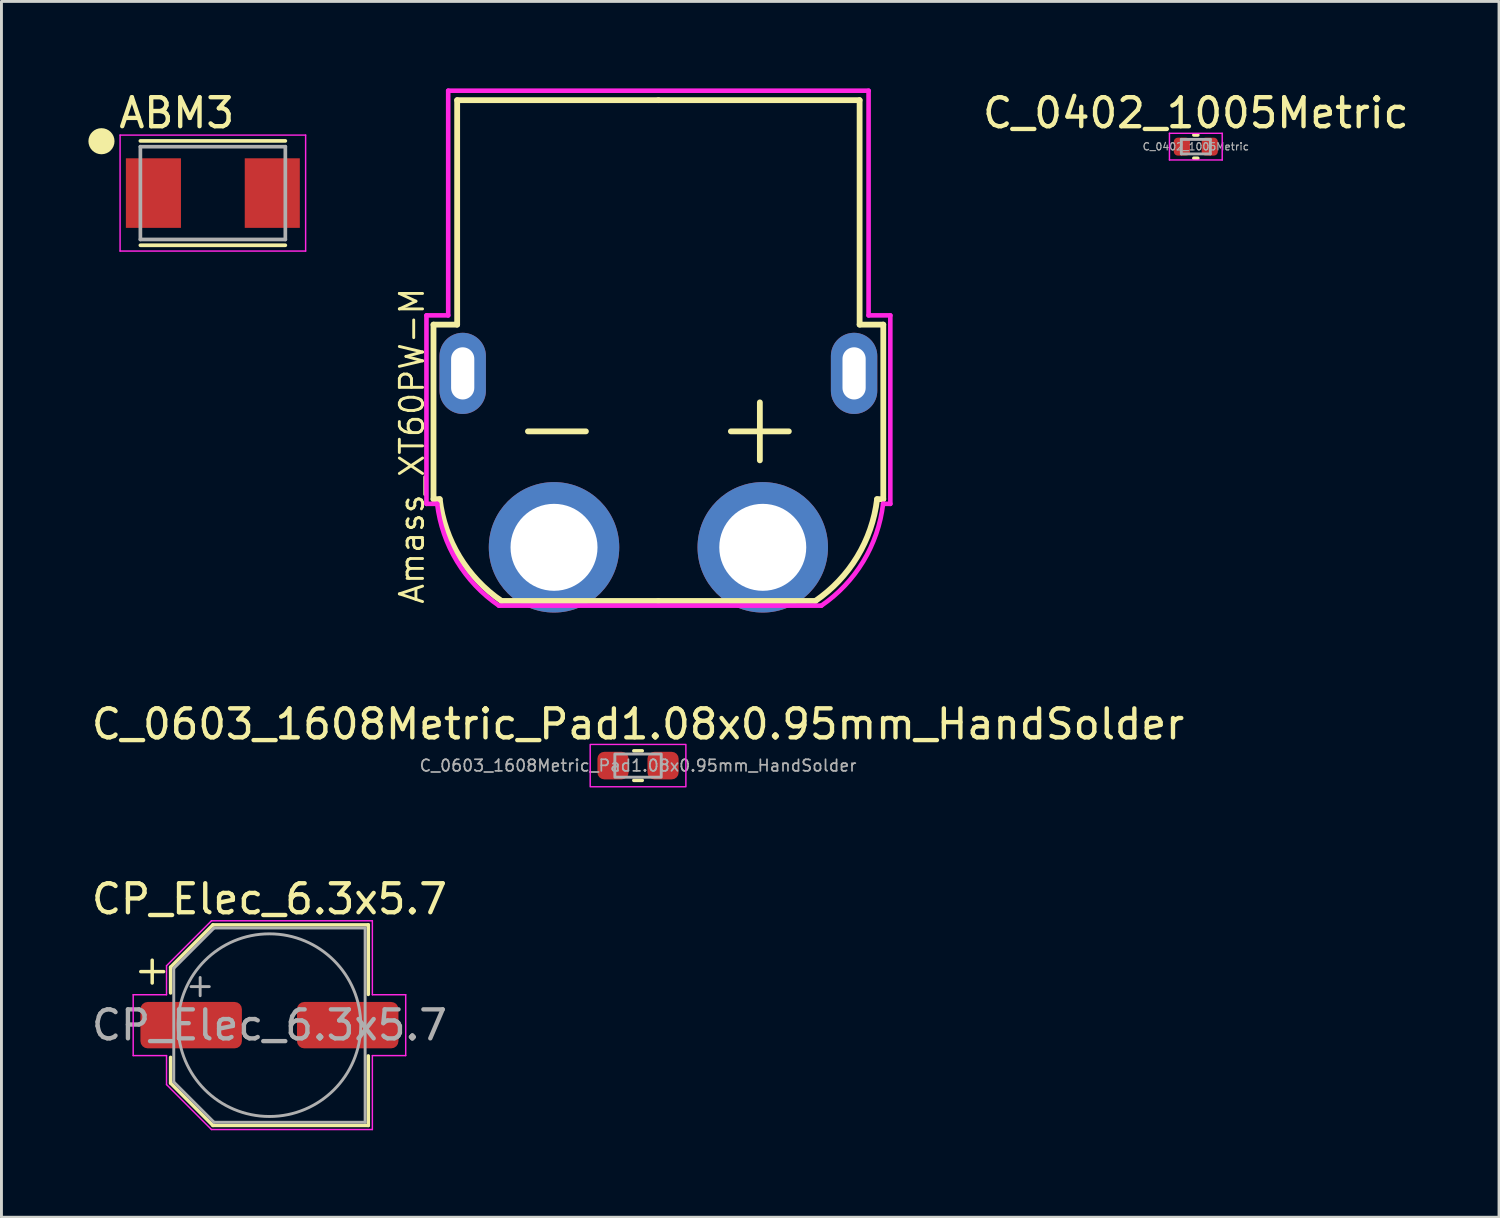
<source format=kicad_pcb>
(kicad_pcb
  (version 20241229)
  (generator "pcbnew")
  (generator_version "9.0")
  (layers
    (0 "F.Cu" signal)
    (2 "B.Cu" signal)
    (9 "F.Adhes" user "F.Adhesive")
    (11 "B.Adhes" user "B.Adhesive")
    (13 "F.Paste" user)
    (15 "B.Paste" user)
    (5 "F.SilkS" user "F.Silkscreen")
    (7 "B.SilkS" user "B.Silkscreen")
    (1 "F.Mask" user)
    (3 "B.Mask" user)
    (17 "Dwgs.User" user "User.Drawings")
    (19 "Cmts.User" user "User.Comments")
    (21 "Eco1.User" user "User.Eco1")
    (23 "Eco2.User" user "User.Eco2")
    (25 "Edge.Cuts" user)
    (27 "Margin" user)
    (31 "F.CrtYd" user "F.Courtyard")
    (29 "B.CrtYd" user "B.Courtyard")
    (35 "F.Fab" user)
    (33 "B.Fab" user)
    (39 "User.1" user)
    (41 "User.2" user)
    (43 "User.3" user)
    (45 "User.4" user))
  (footprint "CP_Elec_6.3x5.7"
    (layer "F.Cu")
    (at 6.244 32.311)
    (property "Reference" "CP_Elec_6.3x5.7" (at 0 -4.35 0) (layer "F.SilkS") (effects (font (size 1 1) (thickness 0.15))))
    (attr smd)
    (fp_line (start -4.438 -1.847) (end -3.65 -1.847) (stroke (width 0.12) (type solid)) (layer "F.SilkS"))
    (fp_line (start -4.044 -2.241) (end -4.044 -1.454) (stroke (width 0.12) (type solid)) (layer "F.SilkS"))
    (fp_line (start -3.41 -2) (end -3.41 -1.11) (stroke (width 0.12) (type solid)) (layer "F.SilkS"))
    (fp_line (start -3.41 -2) (end -1.95 -3.46) (stroke (width 0.12) (type solid)) (layer "F.SilkS"))
    (fp_line (start -3.41 2) (end -3.41 1.11) (stroke (width 0.12) (type solid)) (layer "F.SilkS"))
    (fp_line (start -1.95 -3.46) (end 3.41 -3.46) (stroke (width 0.12) (type solid)) (layer "F.SilkS"))
    (fp_line (start -1.95 3.46) (end -3.41 2) (stroke (width 0.12) (type solid)) (layer "F.SilkS"))
    (fp_line (start -1.95 3.46) (end 3.41 3.46) (stroke (width 0.12) (type solid)) (layer "F.SilkS"))
    (fp_line (start 3.41 -3.46) (end 3.41 -1.06) (stroke (width 0.12) (type solid)) (layer "F.SilkS"))
    (fp_line (start 3.41 3.46) (end 3.41 1.06) (stroke (width 0.12) (type solid)) (layer "F.SilkS"))
    (fp_line (start -4.7 -1.05) (end -4.7 1.05) (stroke (width 0.05) (type solid)) (layer "F.CrtYd"))
    (fp_line (start -4.7 1.05) (end -3.55 1.05) (stroke (width 0.05) (type solid)) (layer "F.CrtYd"))
    (fp_line (start -3.55 -2.05) (end -3.55 -1.05) (stroke (width 0.05) (type solid)) (layer "F.CrtYd"))
    (fp_line (start -3.55 -2.05) (end -2 -3.6) (stroke (width 0.05) (type solid)) (layer "F.CrtYd"))
    (fp_line (start -3.55 -1.05) (end -4.7 -1.05) (stroke (width 0.05) (type solid)) (layer "F.CrtYd"))
    (fp_line (start -3.55 1.05) (end -3.55 2.05) (stroke (width 0.05) (type solid)) (layer "F.CrtYd"))
    (fp_line (start -3.55 2.05) (end -2 3.6) (stroke (width 0.05) (type solid)) (layer "F.CrtYd"))
    (fp_line (start -2 -3.6) (end 3.55 -3.6) (stroke (width 0.05) (type solid)) (layer "F.CrtYd"))
    (fp_line (start -2 3.6) (end 3.55 3.6) (stroke (width 0.05) (type solid)) (layer "F.CrtYd"))
    (fp_line (start 3.55 -3.6) (end 3.55 -1.05) (stroke (width 0.05) (type solid)) (layer "F.CrtYd"))
    (fp_line (start 3.55 -1.05) (end 4.7 -1.05) (stroke (width 0.05) (type solid)) (layer "F.CrtYd"))
    (fp_line (start 3.55 1.05) (end 3.55 3.6) (stroke (width 0.05) (type solid)) (layer "F.CrtYd"))
    (fp_line (start 4.7 -1.05) (end 4.7 1.05) (stroke (width 0.05) (type solid)) (layer "F.CrtYd"))
    (fp_line (start 4.7 1.05) (end 3.55 1.05) (stroke (width 0.05) (type solid)) (layer "F.CrtYd"))
    (fp_line (start -3.3 -1.96) (end -3.3 1.96) (stroke (width 0.1) (type solid)) (layer "F.Fab"))
    (fp_line (start -3.3 -1.96) (end -1.91 -3.35) (stroke (width 0.1) (type solid)) (layer "F.Fab"))
    (fp_line (start -2.705 -1.33) (end -2.075 -1.33) (stroke (width 0.1) (type solid)) (layer "F.Fab"))
    (fp_line (start -2.39 -1.645) (end -2.39 -1.015) (stroke (width 0.1) (type solid)) (layer "F.Fab"))
    (fp_line (start -1.91 -3.35) (end 3.3 -3.35) (stroke (width 0.1) (type solid)) (layer "F.Fab"))
    (fp_line (start -1.91 3.35) (end -3.3 1.96) (stroke (width 0.1) (type solid)) (layer "F.Fab"))
    (fp_line (start -1.91 3.35) (end 3.3 3.35) (stroke (width 0.1) (type solid)) (layer "F.Fab"))
    (fp_line (start 3.3 -3.35) (end 3.3 3.35) (stroke (width 0.1) (type solid)) (layer "F.Fab"))
    (fp_circle (center 0 0) (end 3.15 0) (stroke (width 0.1) (type solid)) (fill no) (layer "F.Fab"))
    (fp_text user "${REFERENCE}" (at 0 0 0) (layer "F.Fab") (effects (font (size 1 1) (thickness 0.15))))
    (pad "1" smd roundrect (at -2.7 0) (size 3.5 1.6) (layers "F.Cu" "F.Mask" "F.Paste") (roundrect_rratio 0.156))
    (pad "2" smd roundrect (at 2.7 0) (size 3.5 1.6) (layers "F.Cu" "F.Mask" "F.Paste") (roundrect_rratio 0.156)))
  (footprint "C_0402_1005Metric"
    (layer "F.Cu")
    (at 38.198 2.008)
    (property "Reference" "C_0402_1005Metric" (at 0 -1.16 0) (layer "F.SilkS") (effects (font (size 1 1) (thickness 0.15))))
    (attr smd)
    (fp_line (start -0.07 -0.4) (end 0.07 -0.4) (stroke (width 0.12) (type solid)) (layer "F.SilkS"))
    (fp_line (start -0.07 0.4) (end 0.07 0.4) (stroke (width 0.12) (type solid)) (layer "F.SilkS"))
    (fp_line (start -0.91 -0.46) (end 0.91 -0.46) (stroke (width 0.05) (type solid)) (layer "F.CrtYd"))
    (fp_line (start -0.91 0.46) (end -0.91 -0.46) (stroke (width 0.05) (type solid)) (layer "F.CrtYd"))
    (fp_line (start 0.91 -0.46) (end 0.91 0.46) (stroke (width 0.05) (type solid)) (layer "F.CrtYd"))
    (fp_line (start 0.91 0.46) (end -0.91 0.46) (stroke (width 0.05) (type solid)) (layer "F.CrtYd"))
    (fp_line (start -0.5 -0.25) (end 0.5 -0.25) (stroke (width 0.1) (type solid)) (layer "F.Fab"))
    (fp_line (start -0.5 0.25) (end -0.5 -0.25) (stroke (width 0.1) (type solid)) (layer "F.Fab"))
    (fp_line (start 0.5 -0.25) (end 0.5 0.25) (stroke (width 0.1) (type solid)) (layer "F.Fab"))
    (fp_line (start 0.5 0.25) (end -0.5 0.25) (stroke (width 0.1) (type solid)) (layer "F.Fab"))
    (fp_text user "${REFERENCE}" (at 0 0 0) (layer "F.Fab") (effects (font (size 0.25 0.25) (thickness 0.04))))
    (pad "1" smd roundrect (at -0.48 0) (size 0.56 0.62) (layers "F.Cu" "F.Mask" "F.Paste") (roundrect_rratio 0.25))
    (pad "2" smd roundrect (at 0.48 0) (size 0.56 0.62) (layers "F.Cu" "F.Mask" "F.Paste") (roundrect_rratio 0.25)))
  (footprint "Amass_XT60PW-M"
    (layer "F.Cu")
    (at 19.66 15.829)
    (property "Reference" "Amass_XT60PW-M" (at -8.5 -3.5 90) (layer "F.SilkS") (effects (font (size 0.8 0.8) (thickness 0.1))))
    (attr through_hole)
    (fp_line (start -7.757 -7.682) (end -7.757 -1.662) (stroke (width 0.2) (type solid)) (layer "F.SilkS"))
    (fp_line (start -7.757 -1.662) (end -7.543 -1.662) (stroke (width 0.2) (type solid)) (layer "F.SilkS"))
    (fp_line (start -6.941 -15.424) (end -6.941 -7.682) (stroke (width 0.2) (type solid)) (layer "F.SilkS"))
    (fp_line (start -6.941 -15.424) (end 0 -15.424) (stroke (width 0.2) (type solid)) (layer "F.SilkS"))
    (fp_line (start -6.941 -7.682) (end -7.757 -7.682) (stroke (width 0.2) (type solid)) (layer "F.SilkS"))
    (fp_line (start -5.413 1.85) (end 0 1.85) (stroke (width 0.2) (type solid)) (layer "F.SilkS"))
    (fp_line (start -4.5 -4) (end -2.5 -4) (stroke (width 0.2) (type solid)) (layer "F.SilkS"))
    (fp_line (start 2.5 -4) (end 4.5 -4) (stroke (width 0.2) (type solid)) (layer "F.SilkS"))
    (fp_line (start 3.5 -5) (end 3.5 -3) (stroke (width 0.2) (type solid)) (layer "F.SilkS"))
    (fp_line (start 5.413 1.85) (end 0 1.85) (stroke (width 0.2) (type solid)) (layer "F.SilkS"))
    (fp_line (start 6.941 -15.424) (end 0 -15.424) (stroke (width 0.2) (type solid)) (layer "F.SilkS"))
    (fp_line (start 6.941 -15.424) (end 6.941 -7.682) (stroke (width 0.2) (type solid)) (layer "F.SilkS"))
    (fp_line (start 6.941 -7.682) (end 7.757 -7.682) (stroke (width 0.2) (type solid)) (layer "F.SilkS"))
    (fp_line (start 7.757 -7.682) (end 7.757 -1.662) (stroke (width 0.2) (type solid)) (layer "F.SilkS"))
    (fp_line (start 7.757 -1.662) (end 7.543 -1.662) (stroke (width 0.2) (type solid)) (layer "F.SilkS"))
    (fp_arc (start -5.413054 1.85) (mid -6.858863 0.324953) (end -7.543269 -1.661935) (stroke (width 0.2) (type solid)) (layer "F.SilkS"))
    (fp_arc (start 7.543269 -1.661935) (mid 6.858863 0.324952) (end 5.413054 1.85) (stroke (width 0.2) (type solid)) (layer "F.SilkS"))
    (fp_line (start -8 -8) (end -7.25 -8) (stroke (width 0.159) (type solid)) (layer "F.CrtYd"))
    (fp_line (start -8 -1.5) (end -8 -8) (stroke (width 0.159) (type solid)) (layer "F.CrtYd"))
    (fp_line (start -8 -1.5) (end -7.63 -1.5) (stroke (width 0.159) (type solid)) (layer "F.CrtYd"))
    (fp_line (start -7.25 -15.75) (end -7.25 -8) (stroke (width 0.159) (type solid)) (layer "F.CrtYd"))
    (fp_line (start 5.62 2.012) (end -5.5 2.012) (stroke (width 0.159) (type solid)) (layer "F.CrtYd"))
    (fp_line (start 7.25 -15.75) (end -7.25 -15.75) (stroke (width 0.159) (type solid)) (layer "F.CrtYd"))
    (fp_line (start 7.25 -15.75) (end 7.25 -8) (stroke (width 0.159) (type solid)) (layer "F.CrtYd"))
    (fp_line (start 8 -8) (end 7.25 -8) (stroke (width 0.159) (type solid)) (layer "F.CrtYd"))
    (fp_line (start 8 -1.5) (end 7.75 -1.5) (stroke (width 0.159) (type solid)) (layer "F.CrtYd"))
    (fp_line (start 8 -1.5) (end 8 -8) (stroke (width 0.159) (type solid)) (layer "F.CrtYd"))
    (fp_arc (start -5.5 2.011935) (mid -6.945808 0.486887) (end -7.630215 -1.5) (stroke (width 0.159) (type solid)) (layer "F.CrtYd"))
    (fp_arc (start 7.75 -1.5) (mid 7.065593 0.486887) (end 5.619785 2.011935) (stroke (width 0.159) (type solid)) (layer "F.CrtYd"))
    (pad "" thru_hole oval (at -6.75 -6) (size 1.6 2.8) (drill oval 0.8 1.8) (layers "*.Cu" "*.Mask"))
    (pad "" thru_hole oval (at 6.75 -6) (size 1.6 2.8) (drill oval 0.8 1.8) (layers "*.Cu" "*.Mask"))
    (pad "1" thru_hole circle (at -3.6 0) (size 4.5 4.5) (drill 3) (layers "*.Cu" "*.Mask"))
    (pad "2" thru_hole circle (at 3.6 0) (size 4.5 4.5) (drill 3) (layers "*.Cu" "*.Mask")))
  (footprint "C_0603_1608Metric_Pad1.08x0.95mm_HandSolder"
    (layer "F.Cu")
    (at 18.958 23.358)
    (property "Reference" "C_0603_1608Metric_Pad1.08x0.95mm_HandSolder" (at 0 -1.43 0) (layer "F.SilkS") (effects (font (size 1 1) (thickness 0.15))))
    (attr smd)
    (fp_line (start -0.146 -0.51) (end 0.146 -0.51) (stroke (width 0.12) (type solid)) (layer "F.SilkS"))
    (fp_line (start -0.146 0.51) (end 0.146 0.51) (stroke (width 0.12) (type solid)) (layer "F.SilkS"))
    (fp_rect (start -1.65 -0.73) (end 1.65 0.73) (stroke (width 0.05) (type solid)) (fill no) (layer "F.CrtYd"))
    (fp_rect (start -0.8 -0.4) (end 0.8 0.4) (stroke (width 0.1) (type solid)) (fill no) (layer "F.Fab"))
    (fp_text user "${REFERENCE}" (at 0 0 0) (layer "F.Fab") (effects (font (size 0.4 0.4) (thickness 0.06))))
    (pad "1" smd roundrect (at -0.863 0) (size 1.075 0.95) (layers "F.Cu" "F.Mask" "F.Paste") (roundrect_rratio 0.25))
    (pad "2" smd roundrect (at 0.863 0) (size 1.075 0.95) (layers "F.Cu" "F.Mask" "F.Paste") (roundrect_rratio 0.25)))
  (footprint "ABM3"
    (layer "F.Cu")
    (at 4.292 3.61)
    (property "Reference" "ABM3" (at -1.245 -2.762 0) (layer "F.SilkS") (effects (font (size 1 1) (thickness 0.15))))
    (attr smd)
    (fp_line (start -2.5 -1.8) (end 2.5 -1.8) (stroke (width 0.127) (type solid)) (layer "F.SilkS"))
    (fp_line (start -2.5 1.8) (end 2.5 1.8) (stroke (width 0.127) (type solid)) (layer "F.SilkS"))
    (fp_circle (center -3.842 -1.789) (end -3.442 -1.789) (stroke (width 0.1) (type solid)) (fill yes) (layer "F.SilkS"))
    (fp_line (start -3.2 -2) (end -3.2 2) (stroke (width 0.05) (type solid)) (layer "F.CrtYd"))
    (fp_line (start -3.2 2) (end 3.2 2) (stroke (width 0.05) (type solid)) (layer "F.CrtYd"))
    (fp_line (start 3.2 -2) (end -3.2 -2) (stroke (width 0.05) (type solid)) (layer "F.CrtYd"))
    (fp_line (start 3.2 2) (end 3.2 -2) (stroke (width 0.05) (type solid)) (layer "F.CrtYd"))
    (fp_line (start -2.5 -1.6) (end -2.5 1.6) (stroke (width 0.127) (type solid)) (layer "F.Fab"))
    (fp_line (start -2.5 -1.6) (end 2.5 -1.6) (stroke (width 0.127) (type solid)) (layer "F.Fab"))
    (fp_line (start -2.5 1.6) (end 2.5 1.6) (stroke (width 0.127) (type solid)) (layer "F.Fab"))
    (fp_line (start 2.5 -1.6) (end 2.5 1.6) (stroke (width 0.127) (type solid)) (layer "F.Fab"))
    (pad "1" smd rect (at -2.05 0) (size 1.9 2.4) (layers "F.Cu" "F.Mask" "F.Paste"))
    (pad "2" smd rect (at 2.05 0) (size 1.9 2.4) (layers "F.Cu" "F.Mask" "F.Paste")))
  (gr_rect
    (start -3 -3)
    (end 48.656 38.936)
    (stroke (width 0.1) (type default))
    (fill no)
    (layer "Edge.Cuts")))
</source>
